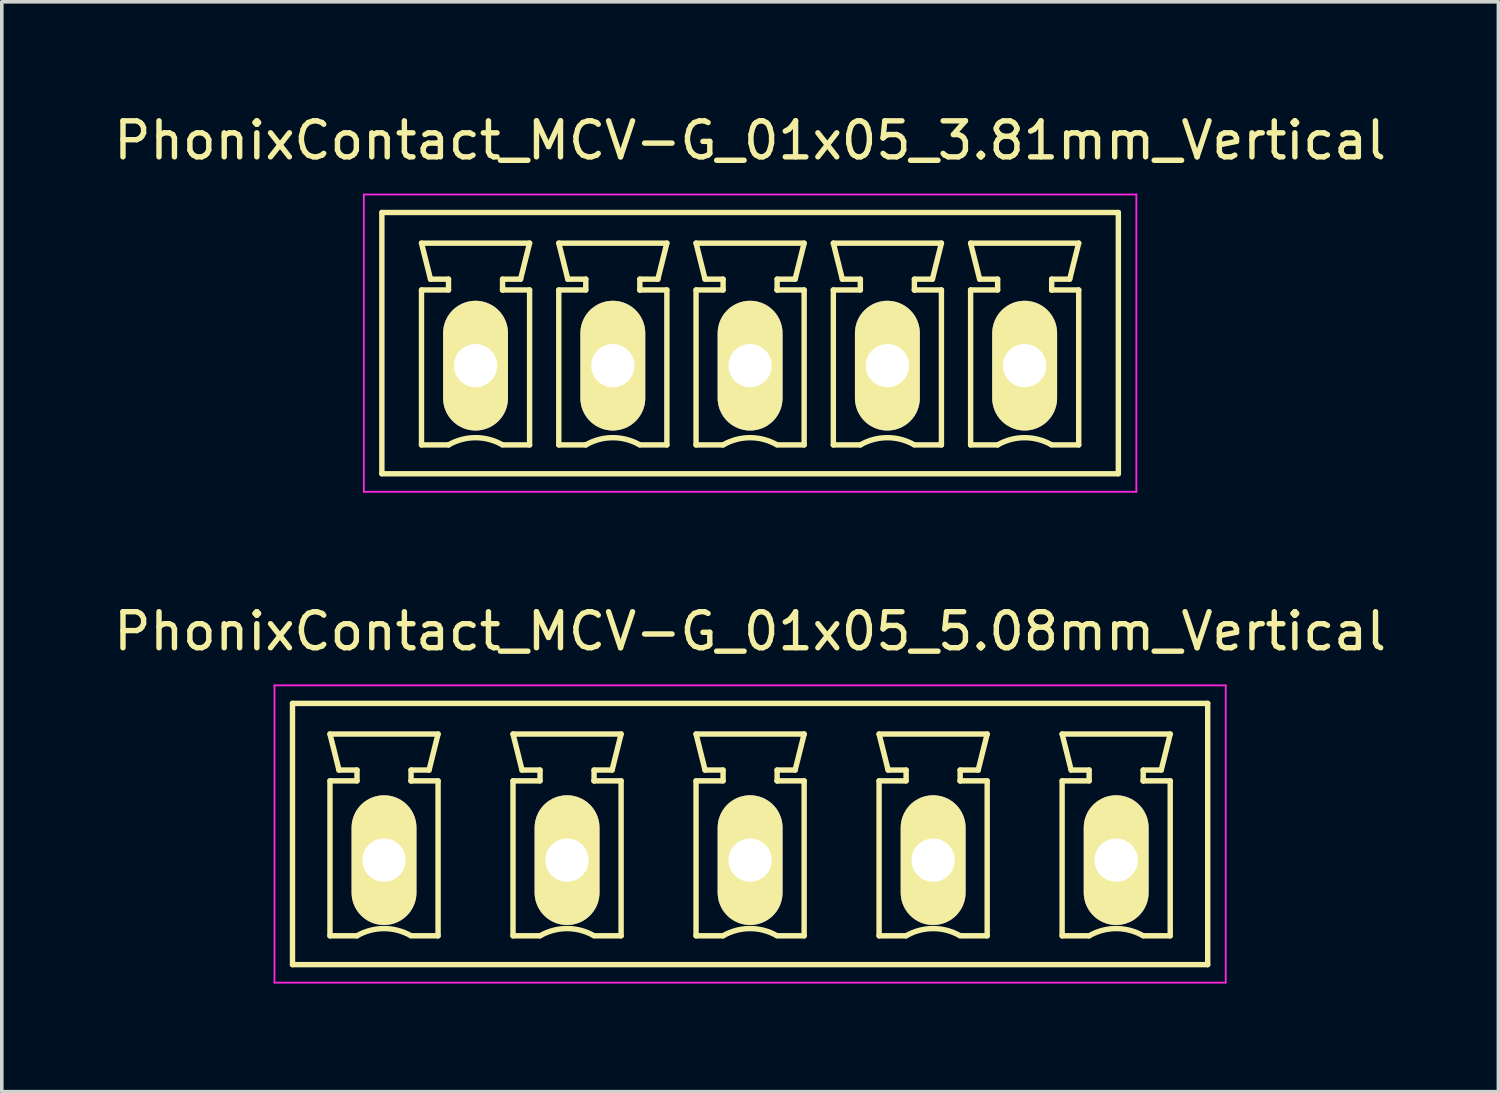
<source format=kicad_pcb>
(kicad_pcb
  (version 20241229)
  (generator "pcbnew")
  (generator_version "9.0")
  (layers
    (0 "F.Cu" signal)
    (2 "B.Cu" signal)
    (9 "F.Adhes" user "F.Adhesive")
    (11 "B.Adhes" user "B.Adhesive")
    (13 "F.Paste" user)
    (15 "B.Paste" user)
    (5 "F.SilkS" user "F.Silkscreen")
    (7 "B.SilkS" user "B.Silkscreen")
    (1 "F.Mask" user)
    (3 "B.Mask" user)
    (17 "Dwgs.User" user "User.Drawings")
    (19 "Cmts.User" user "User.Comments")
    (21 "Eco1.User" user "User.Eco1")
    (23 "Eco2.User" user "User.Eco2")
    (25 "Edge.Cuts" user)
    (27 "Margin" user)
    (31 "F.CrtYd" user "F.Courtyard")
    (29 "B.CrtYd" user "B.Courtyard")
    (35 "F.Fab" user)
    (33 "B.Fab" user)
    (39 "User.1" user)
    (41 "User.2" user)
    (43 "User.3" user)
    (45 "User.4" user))
  (footprint "PhonixContact_MCV-G_01x05_5.08mm_Vertical"
    (layer "F.Cu")
    (at 7.608 20.822)
    (property "Reference" "PhonixContact_MCV-G_01x05_5.08mm_Vertical" (at 10.16 -6.35 0) (layer "F.SilkS") (effects (font (size 1 1) (thickness 0.15))))
    (attr through_hole)
    (fp_line (start -2.54 -4.35) (end -2.54 2.9) (stroke (width 0.15) (type solid)) (layer "F.SilkS"))
    (fp_line (start -2.54 2.9) (end 22.86 2.9) (stroke (width 0.15) (type solid)) (layer "F.SilkS"))
    (fp_line (start -1.5 -3.5) (end 1.5 -3.5) (stroke (width 0.15) (type solid)) (layer "F.SilkS"))
    (fp_line (start -1.5 -2.2) (end -0.75 -2.2) (stroke (width 0.15) (type solid)) (layer "F.SilkS"))
    (fp_line (start -1.5 2.1) (end -1.5 -2.2) (stroke (width 0.15) (type solid)) (layer "F.SilkS"))
    (fp_line (start -1.25 -2.5) (end -1.5 -3.5) (stroke (width 0.15) (type solid)) (layer "F.SilkS"))
    (fp_line (start -0.75 -2.5) (end -1.25 -2.5) (stroke (width 0.15) (type solid)) (layer "F.SilkS"))
    (fp_line (start -0.75 -2.2) (end -0.75 -2.5) (stroke (width 0.15) (type solid)) (layer "F.SilkS"))
    (fp_line (start -0.75 2.1) (end -1.5 2.1) (stroke (width 0.15) (type solid)) (layer "F.SilkS"))
    (fp_line (start 0.75 -2.5) (end 0.75 -2.2) (stroke (width 0.15) (type solid)) (layer "F.SilkS"))
    (fp_line (start 0.75 -2.2) (end 0.75 -2.2) (stroke (width 0.15) (type solid)) (layer "F.SilkS"))
    (fp_line (start 0.75 -2.2) (end 1.5 -2.2) (stroke (width 0.15) (type solid)) (layer "F.SilkS"))
    (fp_line (start 1.25 -2.5) (end 0.75 -2.5) (stroke (width 0.15) (type solid)) (layer "F.SilkS"))
    (fp_line (start 1.5 -3.5) (end 1.25 -2.5) (stroke (width 0.15) (type solid)) (layer "F.SilkS"))
    (fp_line (start 1.5 -2.2) (end 1.5 2.1) (stroke (width 0.15) (type solid)) (layer "F.SilkS"))
    (fp_line (start 1.5 2.1) (end 0.75 2.1) (stroke (width 0.15) (type solid)) (layer "F.SilkS"))
    (fp_line (start 3.58 -3.5) (end 6.58 -3.5) (stroke (width 0.15) (type solid)) (layer "F.SilkS"))
    (fp_line (start 3.58 -2.2) (end 4.33 -2.2) (stroke (width 0.15) (type solid)) (layer "F.SilkS"))
    (fp_line (start 3.58 2.1) (end 3.58 -2.2) (stroke (width 0.15) (type solid)) (layer "F.SilkS"))
    (fp_line (start 3.83 -2.5) (end 3.58 -3.5) (stroke (width 0.15) (type solid)) (layer "F.SilkS"))
    (fp_line (start 4.33 -2.5) (end 3.83 -2.5) (stroke (width 0.15) (type solid)) (layer "F.SilkS"))
    (fp_line (start 4.33 -2.2) (end 4.33 -2.5) (stroke (width 0.15) (type solid)) (layer "F.SilkS"))
    (fp_line (start 4.33 2.1) (end 3.58 2.1) (stroke (width 0.15) (type solid)) (layer "F.SilkS"))
    (fp_line (start 5.83 -2.5) (end 5.83 -2.2) (stroke (width 0.15) (type solid)) (layer "F.SilkS"))
    (fp_line (start 5.83 -2.2) (end 5.83 -2.2) (stroke (width 0.15) (type solid)) (layer "F.SilkS"))
    (fp_line (start 5.83 -2.2) (end 6.58 -2.2) (stroke (width 0.15) (type solid)) (layer "F.SilkS"))
    (fp_line (start 6.33 -2.5) (end 5.83 -2.5) (stroke (width 0.15) (type solid)) (layer "F.SilkS"))
    (fp_line (start 6.58 -3.5) (end 6.33 -2.5) (stroke (width 0.15) (type solid)) (layer "F.SilkS"))
    (fp_line (start 6.58 -2.2) (end 6.58 2.1) (stroke (width 0.15) (type solid)) (layer "F.SilkS"))
    (fp_line (start 6.58 2.1) (end 5.83 2.1) (stroke (width 0.15) (type solid)) (layer "F.SilkS"))
    (fp_line (start 8.66 -3.5) (end 11.66 -3.5) (stroke (width 0.15) (type solid)) (layer "F.SilkS"))
    (fp_line (start 8.66 -2.2) (end 9.41 -2.2) (stroke (width 0.15) (type solid)) (layer "F.SilkS"))
    (fp_line (start 8.66 2.1) (end 8.66 -2.2) (stroke (width 0.15) (type solid)) (layer "F.SilkS"))
    (fp_line (start 8.91 -2.5) (end 8.66 -3.5) (stroke (width 0.15) (type solid)) (layer "F.SilkS"))
    (fp_line (start 9.41 -2.5) (end 8.91 -2.5) (stroke (width 0.15) (type solid)) (layer "F.SilkS"))
    (fp_line (start 9.41 -2.2) (end 9.41 -2.5) (stroke (width 0.15) (type solid)) (layer "F.SilkS"))
    (fp_line (start 9.41 2.1) (end 8.66 2.1) (stroke (width 0.15) (type solid)) (layer "F.SilkS"))
    (fp_line (start 10.91 -2.5) (end 10.91 -2.2) (stroke (width 0.15) (type solid)) (layer "F.SilkS"))
    (fp_line (start 10.91 -2.2) (end 10.91 -2.2) (stroke (width 0.15) (type solid)) (layer "F.SilkS"))
    (fp_line (start 10.91 -2.2) (end 11.66 -2.2) (stroke (width 0.15) (type solid)) (layer "F.SilkS"))
    (fp_line (start 11.41 -2.5) (end 10.91 -2.5) (stroke (width 0.15) (type solid)) (layer "F.SilkS"))
    (fp_line (start 11.66 -3.5) (end 11.41 -2.5) (stroke (width 0.15) (type solid)) (layer "F.SilkS"))
    (fp_line (start 11.66 -2.2) (end 11.66 2.1) (stroke (width 0.15) (type solid)) (layer "F.SilkS"))
    (fp_line (start 11.66 2.1) (end 10.91 2.1) (stroke (width 0.15) (type solid)) (layer "F.SilkS"))
    (fp_line (start 13.74 -3.5) (end 16.74 -3.5) (stroke (width 0.15) (type solid)) (layer "F.SilkS"))
    (fp_line (start 13.74 -2.2) (end 14.49 -2.2) (stroke (width 0.15) (type solid)) (layer "F.SilkS"))
    (fp_line (start 13.74 2.1) (end 13.74 -2.2) (stroke (width 0.15) (type solid)) (layer "F.SilkS"))
    (fp_line (start 13.99 -2.5) (end 13.74 -3.5) (stroke (width 0.15) (type solid)) (layer "F.SilkS"))
    (fp_line (start 14.49 -2.5) (end 13.99 -2.5) (stroke (width 0.15) (type solid)) (layer "F.SilkS"))
    (fp_line (start 14.49 -2.2) (end 14.49 -2.5) (stroke (width 0.15) (type solid)) (layer "F.SilkS"))
    (fp_line (start 14.49 2.1) (end 13.74 2.1) (stroke (width 0.15) (type solid)) (layer "F.SilkS"))
    (fp_line (start 15.99 -2.5) (end 15.99 -2.2) (stroke (width 0.15) (type solid)) (layer "F.SilkS"))
    (fp_line (start 15.99 -2.2) (end 15.99 -2.2) (stroke (width 0.15) (type solid)) (layer "F.SilkS"))
    (fp_line (start 15.99 -2.2) (end 16.74 -2.2) (stroke (width 0.15) (type solid)) (layer "F.SilkS"))
    (fp_line (start 16.49 -2.5) (end 15.99 -2.5) (stroke (width 0.15) (type solid)) (layer "F.SilkS"))
    (fp_line (start 16.74 -3.5) (end 16.49 -2.5) (stroke (width 0.15) (type solid)) (layer "F.SilkS"))
    (fp_line (start 16.74 -2.2) (end 16.74 2.1) (stroke (width 0.15) (type solid)) (layer "F.SilkS"))
    (fp_line (start 16.74 2.1) (end 15.99 2.1) (stroke (width 0.15) (type solid)) (layer "F.SilkS"))
    (fp_line (start 18.82 -3.5) (end 21.82 -3.5) (stroke (width 0.15) (type solid)) (layer "F.SilkS"))
    (fp_line (start 18.82 -2.2) (end 19.57 -2.2) (stroke (width 0.15) (type solid)) (layer "F.SilkS"))
    (fp_line (start 18.82 2.1) (end 18.82 -2.2) (stroke (width 0.15) (type solid)) (layer "F.SilkS"))
    (fp_line (start 19.07 -2.5) (end 18.82 -3.5) (stroke (width 0.15) (type solid)) (layer "F.SilkS"))
    (fp_line (start 19.57 -2.5) (end 19.07 -2.5) (stroke (width 0.15) (type solid)) (layer "F.SilkS"))
    (fp_line (start 19.57 -2.2) (end 19.57 -2.5) (stroke (width 0.15) (type solid)) (layer "F.SilkS"))
    (fp_line (start 19.57 2.1) (end 18.82 2.1) (stroke (width 0.15) (type solid)) (layer "F.SilkS"))
    (fp_line (start 21.07 -2.5) (end 21.07 -2.2) (stroke (width 0.15) (type solid)) (layer "F.SilkS"))
    (fp_line (start 21.07 -2.2) (end 21.07 -2.2) (stroke (width 0.15) (type solid)) (layer "F.SilkS"))
    (fp_line (start 21.07 -2.2) (end 21.82 -2.2) (stroke (width 0.15) (type solid)) (layer "F.SilkS"))
    (fp_line (start 21.57 -2.5) (end 21.07 -2.5) (stroke (width 0.15) (type solid)) (layer "F.SilkS"))
    (fp_line (start 21.82 -3.5) (end 21.57 -2.5) (stroke (width 0.15) (type solid)) (layer "F.SilkS"))
    (fp_line (start 21.82 -2.2) (end 21.82 2.1) (stroke (width 0.15) (type solid)) (layer "F.SilkS"))
    (fp_line (start 21.82 2.1) (end 21.07 2.1) (stroke (width 0.15) (type solid)) (layer "F.SilkS"))
    (fp_line (start 22.86 -4.35) (end -2.54 -4.35) (stroke (width 0.15) (type solid)) (layer "F.SilkS"))
    (fp_line (start 22.86 2.9) (end 22.86 -4.35) (stroke (width 0.15) (type solid)) (layer "F.SilkS"))
    (fp_arc (start -0.75 2.1) (mid -0.006068 1.899179) (end 0.739464 2.093978) (stroke (width 0.15) (type solid)) (layer "F.SilkS"))
    (fp_arc (start 4.33 2.1) (mid 5.073932 1.899179) (end 5.819464 2.093978) (stroke (width 0.15) (type solid)) (layer "F.SilkS"))
    (fp_arc (start 9.41 2.1) (mid 10.153932 1.899179) (end 10.899464 2.093978) (stroke (width 0.15) (type solid)) (layer "F.SilkS"))
    (fp_arc (start 14.49 2.1) (mid 15.233932 1.899179) (end 15.979464 2.093978) (stroke (width 0.15) (type solid)) (layer "F.SilkS"))
    (fp_arc (start 19.57 2.1) (mid 20.313932 1.899179) (end 21.059464 2.093978) (stroke (width 0.15) (type solid)) (layer "F.SilkS"))
    (fp_line (start -3.04 -4.85) (end -3.04 3.4) (stroke (width 0.05) (type solid)) (layer "F.CrtYd"))
    (fp_line (start -3.04 3.4) (end 23.36 3.4) (stroke (width 0.05) (type solid)) (layer "F.CrtYd"))
    (fp_line (start 23.36 -4.85) (end -3.04 -4.85) (stroke (width 0.05) (type solid)) (layer "F.CrtYd"))
    (fp_line (start 23.36 3.4) (end 23.36 -4.85) (stroke (width 0.05) (type solid)) (layer "F.CrtYd"))
    (pad "1" thru_hole oval (at 0 0) (size 1.8 3.6) (drill 1.2) (layers "*.Cu" "*.Mask" "F.SilkS"))
    (pad "2" thru_hole oval (at 5.08 0) (size 1.8 3.6) (drill 1.2) (layers "*.Cu" "*.Mask" "F.SilkS"))
    (pad "3" thru_hole oval (at 10.16 0) (size 1.8 3.6) (drill 1.2) (layers "*.Cu" "*.Mask" "F.SilkS"))
    (pad "4" thru_hole oval (at 15.24 0) (size 1.8 3.6) (drill 1.2) (layers "*.Cu" "*.Mask" "F.SilkS"))
    (pad "5" thru_hole oval (at 20.32 0) (size 1.8 3.6) (drill 1.2) (layers "*.Cu" "*.Mask" "F.SilkS")))
  (footprint "PhonixContact_MCV-G_01x05_3.81mm_Vertical"
    (layer "F.Cu")
    (at 10.148 7.098)
    (property "Reference" "PhonixContact_MCV-G_01x05_3.81mm_Vertical" (at 7.62 -6.25 0) (layer "F.SilkS") (effects (font (size 1 1) (thickness 0.15))))
    (attr through_hole)
    (fp_line (start -2.6 -4.25) (end -2.6 3) (stroke (width 0.15) (type solid)) (layer "F.SilkS"))
    (fp_line (start -2.6 3) (end 17.84 3) (stroke (width 0.15) (type solid)) (layer "F.SilkS"))
    (fp_line (start -1.5 -3.4) (end 1.5 -3.4) (stroke (width 0.15) (type solid)) (layer "F.SilkS"))
    (fp_line (start -1.5 -2.1) (end -0.75 -2.1) (stroke (width 0.15) (type solid)) (layer "F.SilkS"))
    (fp_line (start -1.5 2.2) (end -1.5 -2.1) (stroke (width 0.15) (type solid)) (layer "F.SilkS"))
    (fp_line (start -1.25 -2.4) (end -1.5 -3.4) (stroke (width 0.15) (type solid)) (layer "F.SilkS"))
    (fp_line (start -0.75 -2.4) (end -1.25 -2.4) (stroke (width 0.15) (type solid)) (layer "F.SilkS"))
    (fp_line (start -0.75 -2.1) (end -0.75 -2.4) (stroke (width 0.15) (type solid)) (layer "F.SilkS"))
    (fp_line (start -0.75 2.2) (end -1.5 2.2) (stroke (width 0.15) (type solid)) (layer "F.SilkS"))
    (fp_line (start 0.75 -2.4) (end 0.75 -2.1) (stroke (width 0.15) (type solid)) (layer "F.SilkS"))
    (fp_line (start 0.75 -2.1) (end 0.75 -2.1) (stroke (width 0.15) (type solid)) (layer "F.SilkS"))
    (fp_line (start 0.75 -2.1) (end 1.5 -2.1) (stroke (width 0.15) (type solid)) (layer "F.SilkS"))
    (fp_line (start 1.25 -2.4) (end 0.75 -2.4) (stroke (width 0.15) (type solid)) (layer "F.SilkS"))
    (fp_line (start 1.5 -3.4) (end 1.25 -2.4) (stroke (width 0.15) (type solid)) (layer "F.SilkS"))
    (fp_line (start 1.5 -2.1) (end 1.5 2.2) (stroke (width 0.15) (type solid)) (layer "F.SilkS"))
    (fp_line (start 1.5 2.2) (end 0.75 2.2) (stroke (width 0.15) (type solid)) (layer "F.SilkS"))
    (fp_line (start 2.31 -3.4) (end 5.31 -3.4) (stroke (width 0.15) (type solid)) (layer "F.SilkS"))
    (fp_line (start 2.31 -2.1) (end 3.06 -2.1) (stroke (width 0.15) (type solid)) (layer "F.SilkS"))
    (fp_line (start 2.31 2.2) (end 2.31 -2.1) (stroke (width 0.15) (type solid)) (layer "F.SilkS"))
    (fp_line (start 2.56 -2.4) (end 2.31 -3.4) (stroke (width 0.15) (type solid)) (layer "F.SilkS"))
    (fp_line (start 3.06 -2.4) (end 2.56 -2.4) (stroke (width 0.15) (type solid)) (layer "F.SilkS"))
    (fp_line (start 3.06 -2.1) (end 3.06 -2.4) (stroke (width 0.15) (type solid)) (layer "F.SilkS"))
    (fp_line (start 3.06 2.2) (end 2.31 2.2) (stroke (width 0.15) (type solid)) (layer "F.SilkS"))
    (fp_line (start 4.56 -2.4) (end 4.56 -2.1) (stroke (width 0.15) (type solid)) (layer "F.SilkS"))
    (fp_line (start 4.56 -2.1) (end 4.56 -2.1) (stroke (width 0.15) (type solid)) (layer "F.SilkS"))
    (fp_line (start 4.56 -2.1) (end 5.31 -2.1) (stroke (width 0.15) (type solid)) (layer "F.SilkS"))
    (fp_line (start 5.06 -2.4) (end 4.56 -2.4) (stroke (width 0.15) (type solid)) (layer "F.SilkS"))
    (fp_line (start 5.31 -3.4) (end 5.06 -2.4) (stroke (width 0.15) (type solid)) (layer "F.SilkS"))
    (fp_line (start 5.31 -2.1) (end 5.31 2.2) (stroke (width 0.15) (type solid)) (layer "F.SilkS"))
    (fp_line (start 5.31 2.2) (end 4.56 2.2) (stroke (width 0.15) (type solid)) (layer "F.SilkS"))
    (fp_line (start 6.12 -3.4) (end 9.12 -3.4) (stroke (width 0.15) (type solid)) (layer "F.SilkS"))
    (fp_line (start 6.12 -2.1) (end 6.87 -2.1) (stroke (width 0.15) (type solid)) (layer "F.SilkS"))
    (fp_line (start 6.12 2.2) (end 6.12 -2.1) (stroke (width 0.15) (type solid)) (layer "F.SilkS"))
    (fp_line (start 6.37 -2.4) (end 6.12 -3.4) (stroke (width 0.15) (type solid)) (layer "F.SilkS"))
    (fp_line (start 6.87 -2.4) (end 6.37 -2.4) (stroke (width 0.15) (type solid)) (layer "F.SilkS"))
    (fp_line (start 6.87 -2.1) (end 6.87 -2.4) (stroke (width 0.15) (type solid)) (layer "F.SilkS"))
    (fp_line (start 6.87 2.2) (end 6.12 2.2) (stroke (width 0.15) (type solid)) (layer "F.SilkS"))
    (fp_line (start 8.37 -2.4) (end 8.37 -2.1) (stroke (width 0.15) (type solid)) (layer "F.SilkS"))
    (fp_line (start 8.37 -2.1) (end 8.37 -2.1) (stroke (width 0.15) (type solid)) (layer "F.SilkS"))
    (fp_line (start 8.37 -2.1) (end 9.12 -2.1) (stroke (width 0.15) (type solid)) (layer "F.SilkS"))
    (fp_line (start 8.87 -2.4) (end 8.37 -2.4) (stroke (width 0.15) (type solid)) (layer "F.SilkS"))
    (fp_line (start 9.12 -3.4) (end 8.87 -2.4) (stroke (width 0.15) (type solid)) (layer "F.SilkS"))
    (fp_line (start 9.12 -2.1) (end 9.12 2.2) (stroke (width 0.15) (type solid)) (layer "F.SilkS"))
    (fp_line (start 9.12 2.2) (end 8.37 2.2) (stroke (width 0.15) (type solid)) (layer "F.SilkS"))
    (fp_line (start 9.93 -3.4) (end 12.93 -3.4) (stroke (width 0.15) (type solid)) (layer "F.SilkS"))
    (fp_line (start 9.93 -2.1) (end 10.68 -2.1) (stroke (width 0.15) (type solid)) (layer "F.SilkS"))
    (fp_line (start 9.93 2.2) (end 9.93 -2.1) (stroke (width 0.15) (type solid)) (layer "F.SilkS"))
    (fp_line (start 10.18 -2.4) (end 9.93 -3.4) (stroke (width 0.15) (type solid)) (layer "F.SilkS"))
    (fp_line (start 10.68 -2.4) (end 10.18 -2.4) (stroke (width 0.15) (type solid)) (layer "F.SilkS"))
    (fp_line (start 10.68 -2.1) (end 10.68 -2.4) (stroke (width 0.15) (type solid)) (layer "F.SilkS"))
    (fp_line (start 10.68 2.2) (end 9.93 2.2) (stroke (width 0.15) (type solid)) (layer "F.SilkS"))
    (fp_line (start 12.18 -2.4) (end 12.18 -2.1) (stroke (width 0.15) (type solid)) (layer "F.SilkS"))
    (fp_line (start 12.18 -2.1) (end 12.18 -2.1) (stroke (width 0.15) (type solid)) (layer "F.SilkS"))
    (fp_line (start 12.18 -2.1) (end 12.93 -2.1) (stroke (width 0.15) (type solid)) (layer "F.SilkS"))
    (fp_line (start 12.68 -2.4) (end 12.18 -2.4) (stroke (width 0.15) (type solid)) (layer "F.SilkS"))
    (fp_line (start 12.93 -3.4) (end 12.68 -2.4) (stroke (width 0.15) (type solid)) (layer "F.SilkS"))
    (fp_line (start 12.93 -2.1) (end 12.93 2.2) (stroke (width 0.15) (type solid)) (layer "F.SilkS"))
    (fp_line (start 12.93 2.2) (end 12.18 2.2) (stroke (width 0.15) (type solid)) (layer "F.SilkS"))
    (fp_line (start 13.74 -3.4) (end 16.74 -3.4) (stroke (width 0.15) (type solid)) (layer "F.SilkS"))
    (fp_line (start 13.74 -2.1) (end 14.49 -2.1) (stroke (width 0.15) (type solid)) (layer "F.SilkS"))
    (fp_line (start 13.74 2.2) (end 13.74 -2.1) (stroke (width 0.15) (type solid)) (layer "F.SilkS"))
    (fp_line (start 13.99 -2.4) (end 13.74 -3.4) (stroke (width 0.15) (type solid)) (layer "F.SilkS"))
    (fp_line (start 14.49 -2.4) (end 13.99 -2.4) (stroke (width 0.15) (type solid)) (layer "F.SilkS"))
    (fp_line (start 14.49 -2.1) (end 14.49 -2.4) (stroke (width 0.15) (type solid)) (layer "F.SilkS"))
    (fp_line (start 14.49 2.2) (end 13.74 2.2) (stroke (width 0.15) (type solid)) (layer "F.SilkS"))
    (fp_line (start 15.99 -2.4) (end 15.99 -2.1) (stroke (width 0.15) (type solid)) (layer "F.SilkS"))
    (fp_line (start 15.99 -2.1) (end 15.99 -2.1) (stroke (width 0.15) (type solid)) (layer "F.SilkS"))
    (fp_line (start 15.99 -2.1) (end 16.74 -2.1) (stroke (width 0.15) (type solid)) (layer "F.SilkS"))
    (fp_line (start 16.49 -2.4) (end 15.99 -2.4) (stroke (width 0.15) (type solid)) (layer "F.SilkS"))
    (fp_line (start 16.74 -3.4) (end 16.49 -2.4) (stroke (width 0.15) (type solid)) (layer "F.SilkS"))
    (fp_line (start 16.74 -2.1) (end 16.74 2.2) (stroke (width 0.15) (type solid)) (layer "F.SilkS"))
    (fp_line (start 16.74 2.2) (end 15.99 2.2) (stroke (width 0.15) (type solid)) (layer "F.SilkS"))
    (fp_line (start 17.84 -4.25) (end -2.6 -4.25) (stroke (width 0.15) (type solid)) (layer "F.SilkS"))
    (fp_line (start 17.84 3) (end 17.84 -4.25) (stroke (width 0.15) (type solid)) (layer "F.SilkS"))
    (fp_arc (start -0.75 2.2) (mid -0.006068 1.999179) (end 0.739464 2.193978) (stroke (width 0.15) (type solid)) (layer "F.SilkS"))
    (fp_arc (start 3.06 2.2) (mid 3.803932 1.999179) (end 4.549464 2.193978) (stroke (width 0.15) (type solid)) (layer "F.SilkS"))
    (fp_arc (start 6.87 2.2) (mid 7.613932 1.999179) (end 8.359464 2.193978) (stroke (width 0.15) (type solid)) (layer "F.SilkS"))
    (fp_arc (start 10.68 2.2) (mid 11.423932 1.999179) (end 12.169464 2.193978) (stroke (width 0.15) (type solid)) (layer "F.SilkS"))
    (fp_arc (start 14.49 2.2) (mid 15.233932 1.999179) (end 15.979464 2.193978) (stroke (width 0.15) (type solid)) (layer "F.SilkS"))
    (fp_line (start -3.1 -4.75) (end -3.1 3.5) (stroke (width 0.05) (type solid)) (layer "F.CrtYd"))
    (fp_line (start -3.1 3.5) (end 18.34 3.5) (stroke (width 0.05) (type solid)) (layer "F.CrtYd"))
    (fp_line (start 18.34 -4.75) (end -3.1 -4.75) (stroke (width 0.05) (type solid)) (layer "F.CrtYd"))
    (fp_line (start 18.34 3.5) (end 18.34 -4.75) (stroke (width 0.05) (type solid)) (layer "F.CrtYd"))
    (pad "1" thru_hole oval (at 0 0) (size 1.8 3.6) (drill 1.2) (layers "*.Cu" "*.Mask" "F.SilkS"))
    (pad "2" thru_hole oval (at 3.81 0) (size 1.8 3.6) (drill 1.2) (layers "*.Cu" "*.Mask" "F.SilkS"))
    (pad "3" thru_hole oval (at 7.62 0) (size 1.8 3.6) (drill 1.2) (layers "*.Cu" "*.Mask" "F.SilkS"))
    (pad "4" thru_hole oval (at 11.43 0) (size 1.8 3.6) (drill 1.2) (layers "*.Cu" "*.Mask" "F.SilkS"))
    (pad "5" thru_hole oval (at 15.24 0) (size 1.8 3.6) (drill 1.2) (layers "*.Cu" "*.Mask" "F.SilkS")))
  (gr_rect
    (start -3 -3)
    (end 38.536 27.247)
    (stroke (width 0.1) (type default))
    (fill no)
    (layer "Edge.Cuts")))
</source>
